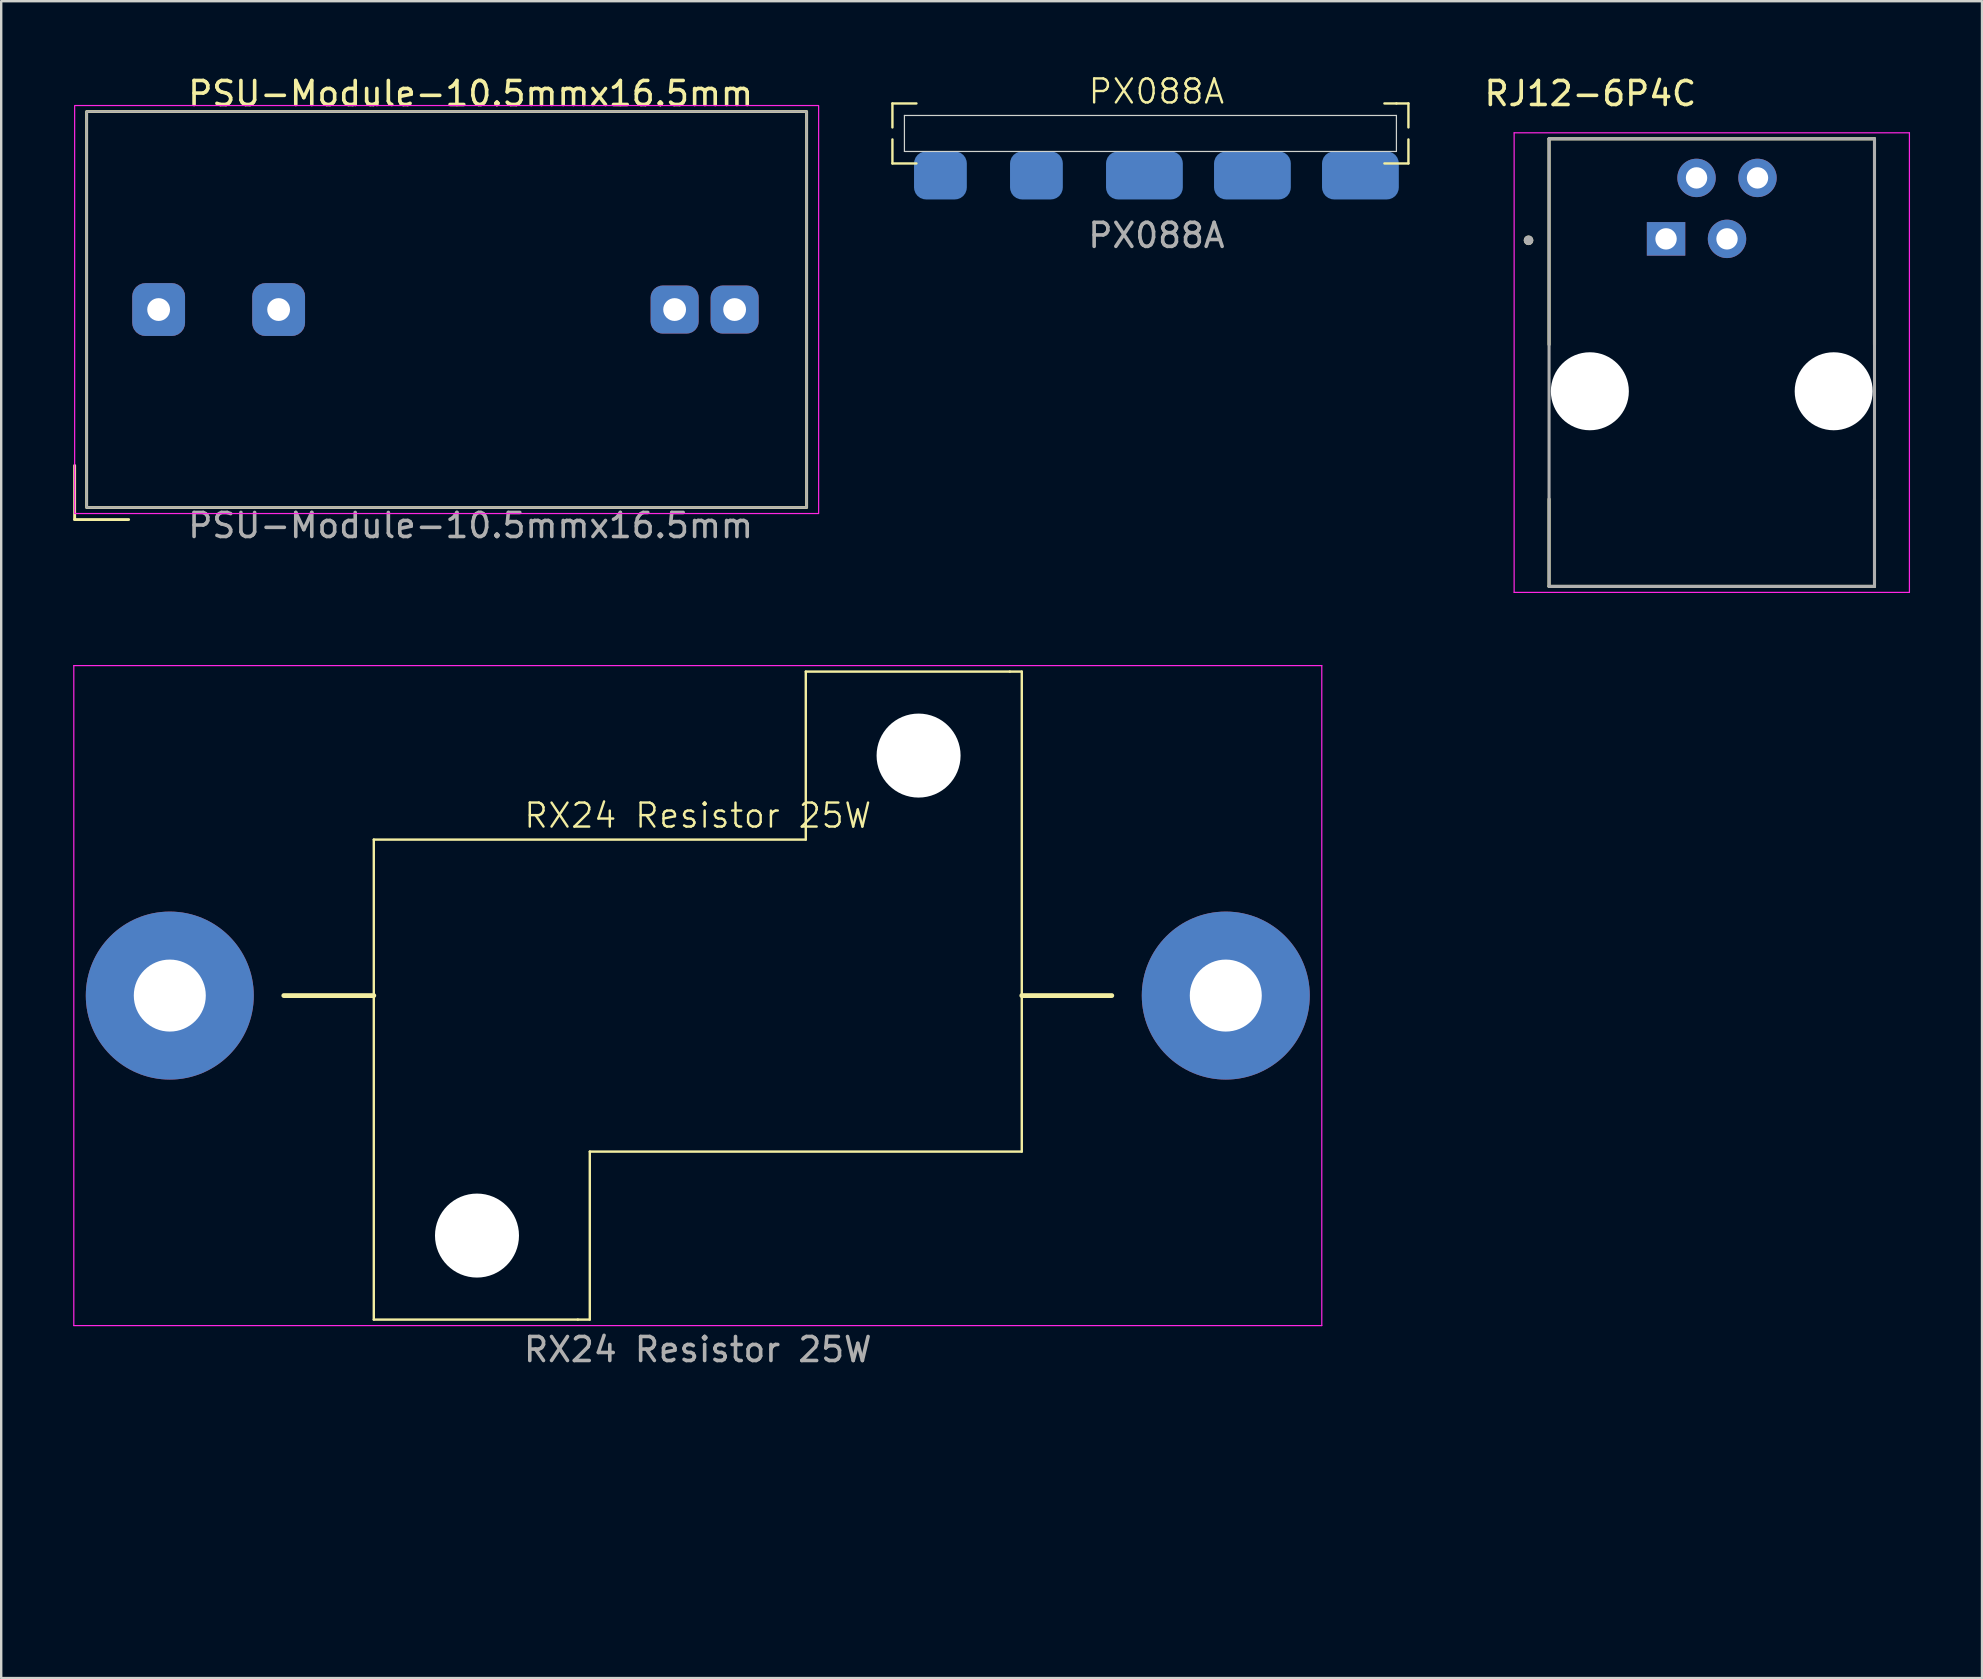
<source format=kicad_pcb>
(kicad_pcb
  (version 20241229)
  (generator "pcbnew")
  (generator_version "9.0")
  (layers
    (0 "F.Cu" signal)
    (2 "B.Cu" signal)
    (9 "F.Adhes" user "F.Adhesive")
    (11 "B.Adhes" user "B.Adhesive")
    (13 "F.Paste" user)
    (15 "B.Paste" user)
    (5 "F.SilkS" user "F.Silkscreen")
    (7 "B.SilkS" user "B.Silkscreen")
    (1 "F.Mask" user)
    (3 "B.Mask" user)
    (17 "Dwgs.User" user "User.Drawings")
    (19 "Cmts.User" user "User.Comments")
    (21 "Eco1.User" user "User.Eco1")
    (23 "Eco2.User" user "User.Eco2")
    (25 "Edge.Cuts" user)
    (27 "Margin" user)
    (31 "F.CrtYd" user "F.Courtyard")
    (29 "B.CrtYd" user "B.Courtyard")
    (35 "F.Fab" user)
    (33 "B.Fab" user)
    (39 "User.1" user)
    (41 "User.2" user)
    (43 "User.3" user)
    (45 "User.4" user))
  (footprint "RX24 Resistor 25W"
    (layer "F.Cu")
    (at 26.025 38.433)
    (property "Reference" "RX24 Resistor 25W" (at 0 -7.5 0) (unlocked yes) (layer "F.SilkS") (effects (font (size 1 1) (thickness 0.1))))
    (attr through_hole)
    (fp_line (start -13.5 -6.5) (end 4.5 -6.5) (stroke (width 0.1) (type default)) (layer "F.SilkS"))
    (fp_line (start -13.5 0) (end -17.25 0) (stroke (width 0.2) (type default)) (layer "F.SilkS"))
    (fp_line (start -13.5 0) (end -13.5 -6.5) (stroke (width 0.1) (type default)) (layer "F.SilkS"))
    (fp_line (start -13.5 13.5) (end -13.5 0) (stroke (width 0.1) (type default)) (layer "F.SilkS"))
    (fp_line (start -13.5 13.5) (end -5 13.5) (stroke (width 0.1) (type default)) (layer "F.SilkS"))
    (fp_line (start -4.5 6.5) (end 13.5 6.5) (stroke (width 0.1) (type default)) (layer "F.SilkS"))
    (fp_line (start -4.5 13.5) (end -5 13.5) (stroke (width 0.1) (type default)) (layer "F.SilkS"))
    (fp_line (start -4.5 13.5) (end -4.5 6.5) (stroke (width 0.1) (type default)) (layer "F.SilkS"))
    (fp_line (start 4.5 -13.5) (end 13 -13.5) (stroke (width 0.1) (type default)) (layer "F.SilkS"))
    (fp_line (start 4.5 -6.5) (end 4.5 -13.5) (stroke (width 0.1) (type default)) (layer "F.SilkS"))
    (fp_line (start 13.5 -13.5) (end 13 -13.5) (stroke (width 0.1) (type default)) (layer "F.SilkS"))
    (fp_line (start 13.5 0) (end 13.5 -13.5) (stroke (width 0.1) (type default)) (layer "F.SilkS"))
    (fp_line (start 13.5 6.5) (end 13.5 0) (stroke (width 0.1) (type default)) (layer "F.SilkS"))
    (fp_line (start 17.25 0) (end 13.5 0) (stroke (width 0.2) (type default)) (layer "F.SilkS"))
    (fp_line (start -26 -13.75) (end 26 -13.75) (stroke (width 0.05) (type default)) (layer "F.CrtYd"))
    (fp_line (start -26 13.75) (end -26 -13.75) (stroke (width 0.05) (type default)) (layer "F.CrtYd"))
    (fp_line (start 26 -13.75) (end 26 13.75) (stroke (width 0.05) (type default)) (layer "F.CrtYd"))
    (fp_line (start 26 13.75) (end -26 13.75) (stroke (width 0.05) (type default)) (layer "F.CrtYd"))
    (fp_line (start -13.5 0) (end -13.5 -6.5) (stroke (width 0.1) (type default)) (layer "User.1"))
    (fp_line (start -13.5 6.25) (end -13.5 -0.25) (stroke (width 0.1) (type default)) (layer "User.1"))
    (fp_line (start 13 0) (end 13 -10) (stroke (width 0.1) (type default)) (layer "User.1"))
    (fp_line (start 13.5 0) (end 13.5 -6.5) (stroke (width 0.1) (type default)) (layer "User.1"))
    (fp_line (start 13.5 6.25) (end 13.5 -0.25) (stroke (width 0.1) (type default)) (layer "User.1"))
    (fp_circle (center -9.2 10) (end -9.2 11.7) (stroke (width 0.1) (type default)) (fill no) (layer "User.2"))
    (fp_circle (center 9.2 -10) (end 9.2 -8.3) (stroke (width 0.1) (type default)) (fill no) (layer "User.2"))
    (fp_text user "${REFERENCE}" (at 0 14.75 0) (unlocked yes) (layer "F.Fab") (effects (font (size 1 1) (thickness 0.15))))
    (dimension (type aligned) (layer "User.1") (pts (xy 26.025 38.433) (xy 16.825 38.433)) (height -24.8) (format (prefix "") (suffix "") (units 3) (units_format 1) (precision 4)) (style (thickness 0.1) (arrow_length 1.27) (text_position_mode 0) (arrow_direction outward) (extension_height 0.586) (extension_offset 0.5) (keep_text_aligned yes)) (gr_text "9.2000 mm" (at 21.425 62.083 0) (layer "User.1") (effects (font (size 1 1) (thickness 0.15)))))
    (dimension (type aligned) (layer "User.1") (pts (xy 39.025 38.433) (xy 39.025 28.433)) (height 26) (format (prefix "") (suffix "") (units 3) (units_format 1) (precision 4)) (style (thickness 0.1) (arrow_length 1.27) (text_position_mode 0) (arrow_direction outward) (extension_height 0.586) (extension_offset 0.5) (keep_text_aligned yes)) (gr_text "10.0000 mm" (at 63.875 33.433 90) (layer "User.1") (effects (font (size 1 1) (thickness 0.15)))))
    (dimension (type aligned) (layer "User.1") (pts (xy 39.025 48.433) (xy 39.025 38.433)) (height 26) (format (prefix "") (suffix "") (units 3) (units_format 1) (precision 4)) (style (thickness 0.1) (arrow_length 1.27) (text_position_mode 0) (arrow_direction outward) (extension_height 0.586) (extension_offset 0.5) (keep_text_aligned yes)) (gr_text "10.0000 mm" (at 63.875 43.433 90) (layer "User.1") (effects (font (size 1 1) (thickness 0.15)))))
    (dimension (type aligned) (layer "User.1") (pts (xy 35.225 38.433) (xy 26.025 38.433)) (height -24.8) (format (prefix "") (suffix "") (units 3) (units_format 1) (precision 4)) (style (thickness 0.1) (arrow_length 1.27) (text_position_mode 0) (arrow_direction outward) (extension_height 0.586) (extension_offset 0.5) (keep_text_aligned yes)) (gr_text "9.2000 mm" (at 30.625 62.083 0) (layer "User.1") (effects (font (size 1 1) (thickness 0.15)))))
    (pad "" np_thru_hole oval (at -9.2 10) (size 3.5 3.5) (drill 3.5) (layers "*.Cu" "*.Mask"))
    (pad "" np_thru_hole oval (at 9.2 -10) (size 3.5 3.5) (drill 3.5) (layers "*.Cu" "*.Mask"))
    (pad "1" thru_hole circle (at -22 0) (size 7 7) (drill 3) (layers "*.Cu" "*.Mask"))
    (pad "2" thru_hole circle (at 22 0) (size 7 7) (drill 3) (layers "*.Cu" "*.Mask")))
  (footprint "PSU-Module-10.5mmx16.5mm"
    (layer "F.Cu")
    (at 16.56 9.848)
    (property "Reference" "PSU-Module-10.5mmx16.5mm" (at 0 -9 0) (unlocked yes) (layer "F.SilkS") (effects (font (size 1 1) (thickness 0.15))))
    (attr through_hole)
    (fp_line (start -16.5 6.5) (end -16.5 8.75) (stroke (width 0.12) (type solid)) (layer "F.SilkS"))
    (fp_line (start -16.5 8.75) (end -14.25 8.75) (stroke (width 0.12) (type solid)) (layer "F.SilkS"))
    (fp_rect (start -16 -8.25) (end 14 8.25) (stroke (width 0.12) (type solid)) (fill no) (layer "F.SilkS"))
    (fp_rect (start -16.5 -8.5) (end 14.5 8.5) (stroke (width 0.05) (type solid)) (fill no) (layer "F.CrtYd"))
    (fp_rect (start -16 -8.25) (end 14 8.25) (stroke (width 0.1) (type solid)) (fill no) (layer "F.Fab"))
    (fp_text user "${REFERENCE}" (at 0 9 0) (unlocked yes) (layer "F.Fab") (effects (font (size 1 1) (thickness 0.15))))
    (pad "1" thru_hole roundrect (at -13 0) (size 2.2 2.2) (drill 0.95) (layers "*.Cu" "*.Mask") (roundrect_rratio 0.25))
    (pad "2" thru_hole roundrect (at -8 0) (size 2.2 2.2) (drill 0.95) (layers "*.Cu" "*.Mask") (roundrect_rratio 0.25))
    (pad "3" thru_hole roundrect (at 8.5 0) (size 2 2) (drill 0.95) (layers "*.Cu" "*.Mask") (roundrect_rratio 0.25))
    (pad "4" thru_hole roundrect (at 11 0) (size 2 2) (drill 0.95) (layers "*.Cu" "*.Mask") (roundrect_rratio 0.25)))
  (footprint "PX088A"
    (layer "F.Cu")
    (at 34.635 1.76)
    (property "Reference" "PX088A" (at 10.5 -1 0) (unlocked yes) (layer "F.SilkS") (effects (font (size 1 1) (thickness 0.1))))
    (attr smd)
    (fp_line (start -0.5 -0.5) (end -0.5 0.5) (stroke (width 0.1) (type default)) (layer "F.SilkS"))
    (fp_line (start -0.5 1) (end -0.5 2) (stroke (width 0.1) (type default)) (layer "F.SilkS"))
    (fp_line (start -0.5 2) (end 0.5 2) (stroke (width 0.1) (type default)) (layer "F.SilkS"))
    (fp_line (start 0.5 -0.5) (end -0.5 -0.5) (stroke (width 0.1) (type default)) (layer "F.SilkS"))
    (fp_line (start 20 2) (end 21 2) (stroke (width 0.1) (type default)) (layer "F.SilkS"))
    (fp_line (start 20.5 -0.5) (end 20 -0.5) (stroke (width 0.1) (type default)) (layer "F.SilkS"))
    (fp_line (start 20.5 -0.5) (end 21 -0.5) (stroke (width 0.1) (type default)) (layer "F.SilkS"))
    (fp_line (start 21 -0.5) (end 21 0.5) (stroke (width 0.1) (type default)) (layer "F.SilkS"))
    (fp_line (start 21 2) (end 21 1) (stroke (width 0.1) (type default)) (layer "F.SilkS"))
    (fp_line (start 0 0) (end 0 1.5) (stroke (width 0.05) (type default)) (layer "Edge.Cuts"))
    (fp_line (start 0 0) (end 20.5 0) (stroke (width 0.05) (type default)) (layer "Edge.Cuts"))
    (fp_line (start 0 1.5) (end 20.5 1.5) (stroke (width 0.05) (type default)) (layer "Edge.Cuts"))
    (fp_line (start 20.5 1.5) (end 20.5 0) (stroke (width 0.05) (type default)) (layer "Edge.Cuts"))
    (fp_rect (start -0.5 -0.5) (end 21 1.5) (stroke (width 0.1) (type default)) (fill no) (layer "Margin"))
    (fp_text user "${REFERENCE}" (at 10.5 5 0) (unlocked yes) (layer "F.Fab") (effects (font (size 1 1) (thickness 0.15))))
    (pad "1" smd roundrect (at 1.5 2.5) (size 2.2 2) (layers "B.Cu" "B.Mask" "B.Paste") (roundrect_rratio 0.25))
    (pad "2" smd roundrect (at 5.5 2.5) (size 2.2 2) (layers "B.Cu" "B.Mask" "B.Paste") (roundrect_rratio 0.25))
    (pad "3" smd roundrect (at 10 2.5) (size 3.2 2) (layers "B.Cu" "B.Mask" "B.Paste") (roundrect_rratio 0.25))
    (pad "4" smd roundrect (at 14.5 2.5) (size 3.2 2) (layers "B.Cu" "B.Mask" "B.Paste") (roundrect_rratio 0.25))
    (pad "5" smd roundrect (at 19 2.5) (size 3.2 2) (layers "B.Cu" "B.Mask" "B.Paste") (roundrect_rratio 0.25)))
  (footprint "RJ12-6P4C"
    (layer "F.Cu")
    (at 68.275 13.253)
    (property "Reference" "RJ12-6P4C" (at -5.06 -12.405 0) (layer "F.SilkS") (effects (font (size 1 1) (thickness 0.15))))
    (attr through_hole)
    (fp_line (start -6.78 -10.52) (end 6.78 -10.52) (stroke (width 0.127) (type solid)) (layer "F.SilkS"))
    (fp_line (start -6.78 -1.945) (end -6.78 -10.52) (stroke (width 0.127) (type solid)) (layer "F.SilkS"))
    (fp_line (start -6.78 8.13) (end -6.78 4.49) (stroke (width 0.127) (type solid)) (layer "F.SilkS"))
    (fp_line (start 6.78 -10.52) (end 6.78 -1.945) (stroke (width 0.127) (type solid)) (layer "F.SilkS"))
    (fp_line (start 6.78 8.13) (end -6.78 8.13) (stroke (width 0.127) (type solid)) (layer "F.SilkS"))
    (fp_line (start 6.78 8.13) (end 6.78 4.49) (stroke (width 0.127) (type solid)) (layer "F.SilkS"))
    (fp_circle (center -7.635 -6.29) (end -7.535 -6.29) (stroke (width 0.2) (type solid)) (fill no) (layer "F.SilkS"))
    (fp_line (start -8.235 -10.77) (end -8.235 8.38) (stroke (width 0.05) (type solid)) (layer "F.CrtYd"))
    (fp_line (start -8.235 8.38) (end 8.235 8.38) (stroke (width 0.05) (type solid)) (layer "F.CrtYd"))
    (fp_line (start 8.235 -10.77) (end -8.235 -10.77) (stroke (width 0.05) (type solid)) (layer "F.CrtYd"))
    (fp_line (start 8.235 8.38) (end 8.235 -10.77) (stroke (width 0.05) (type solid)) (layer "F.CrtYd"))
    (fp_line (start -6.78 -10.52) (end 6.78 -10.52) (stroke (width 0.127) (type solid)) (layer "F.Fab"))
    (fp_line (start -6.78 8.13) (end -6.78 -10.52) (stroke (width 0.127) (type solid)) (layer "F.Fab"))
    (fp_line (start 6.78 -10.52) (end 6.78 8.13) (stroke (width 0.127) (type solid)) (layer "F.Fab"))
    (fp_line (start 6.78 8.13) (end -6.78 8.13) (stroke (width 0.127) (type solid)) (layer "F.Fab"))
    (fp_circle (center -7.635 -6.29) (end -7.535 -6.29) (stroke (width 0.2) (type solid)) (fill no) (layer "F.Fab"))
    (pad "" np_thru_hole circle (at -5.08 0) (size 3.25 3.25) (drill 3.25) (layers "*.Cu" "*.Mask"))
    (pad "" np_thru_hole circle (at 5.08 0) (size 3.25 3.25) (drill 3.25) (layers "*.Cu" "*.Mask"))
    (pad "1" thru_hole rect (at -1.905 -6.35) (size 1.6 1.398) (drill 0.89) (layers "*.Cu" "*.Mask"))
    (pad "2" thru_hole circle (at -0.635 -8.89) (size 1.6 1.6) (drill 0.89) (layers "*.Cu" "*.Mask"))
    (pad "3" thru_hole circle (at 0.635 -6.35) (size 1.6 1.6) (drill 0.89) (layers "*.Cu" "*.Mask"))
    (pad "4" thru_hole circle (at 1.905 -8.89) (size 1.6 1.6) (drill 0.89) (layers "*.Cu" "*.Mask")))
  (gr_rect
    (start -3 -3)
    (end 79.535 66.87)
    (stroke (width 0.1) (type default))
    (fill no)
    (layer "Edge.Cuts")))
</source>
